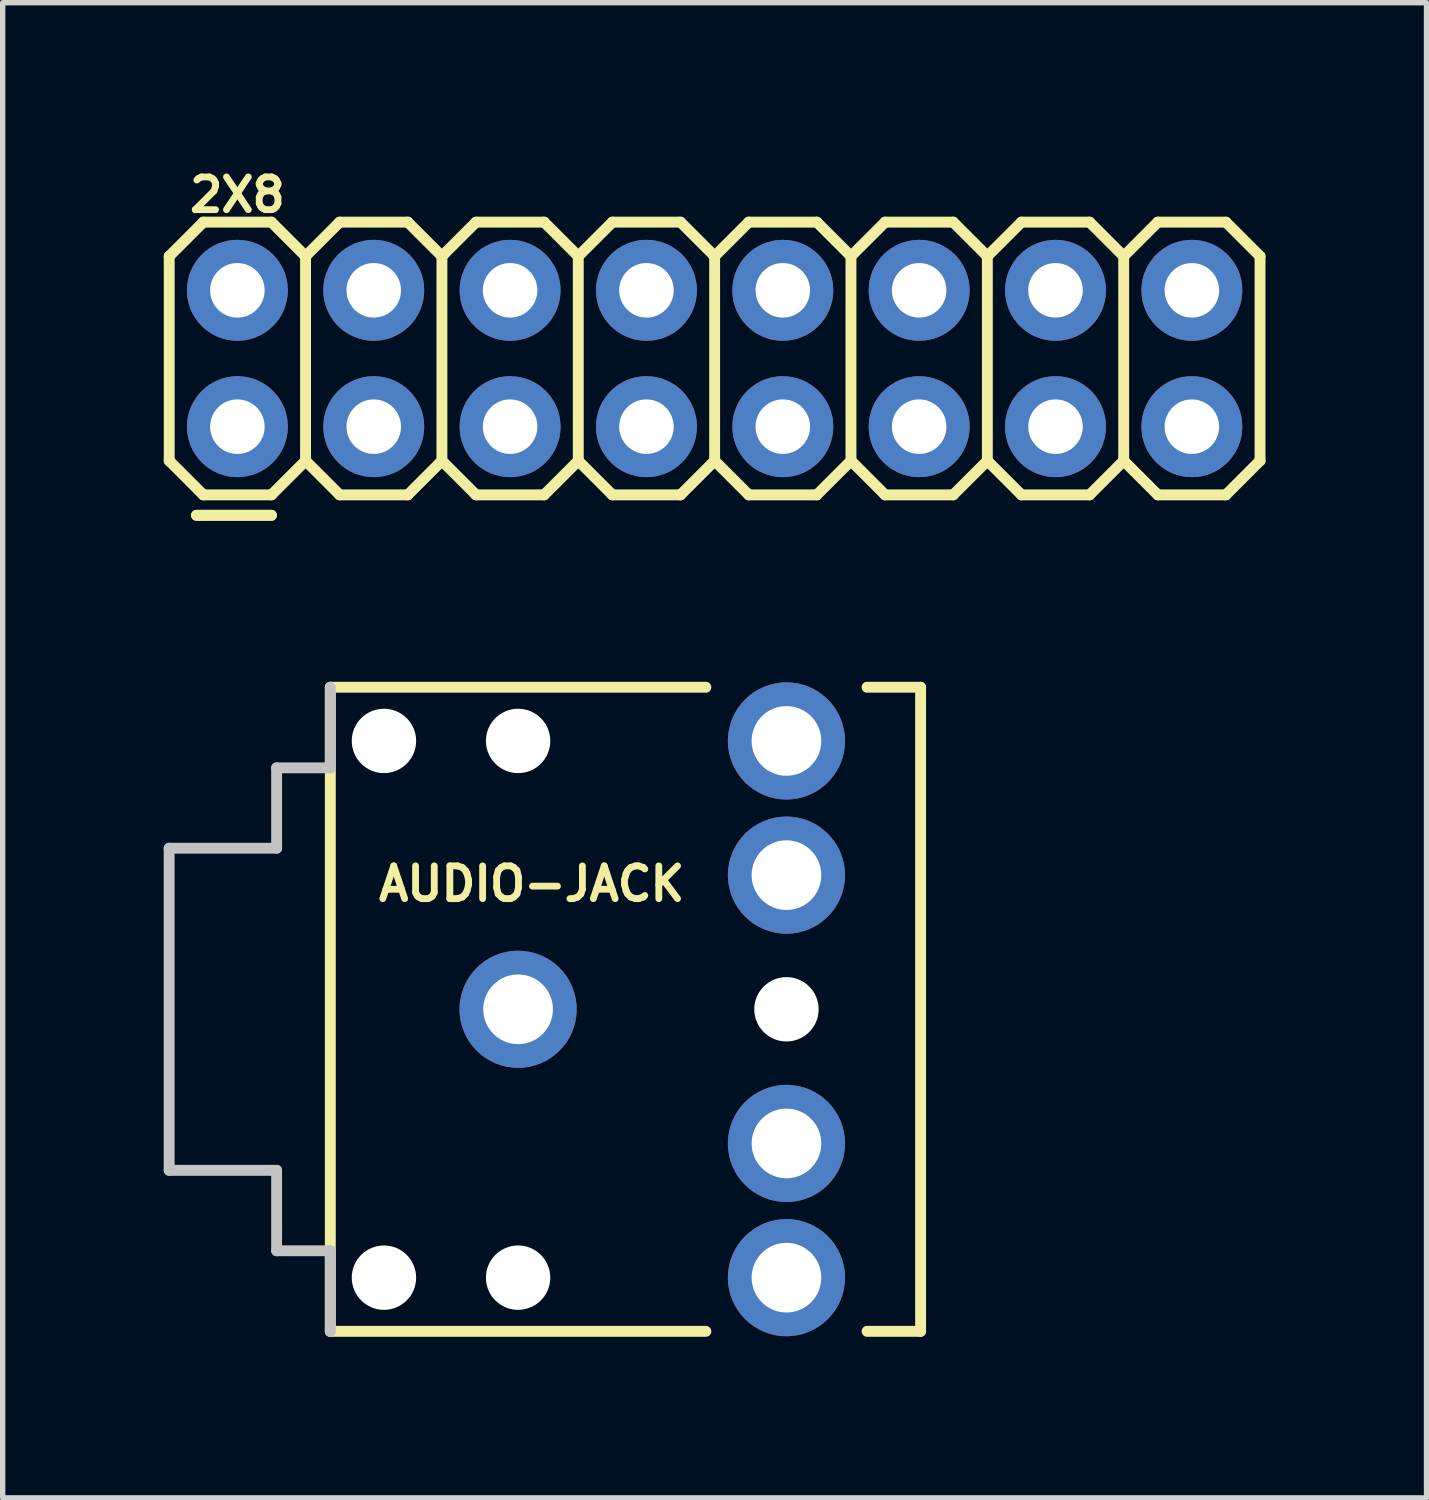
<source format=kicad_pcb>
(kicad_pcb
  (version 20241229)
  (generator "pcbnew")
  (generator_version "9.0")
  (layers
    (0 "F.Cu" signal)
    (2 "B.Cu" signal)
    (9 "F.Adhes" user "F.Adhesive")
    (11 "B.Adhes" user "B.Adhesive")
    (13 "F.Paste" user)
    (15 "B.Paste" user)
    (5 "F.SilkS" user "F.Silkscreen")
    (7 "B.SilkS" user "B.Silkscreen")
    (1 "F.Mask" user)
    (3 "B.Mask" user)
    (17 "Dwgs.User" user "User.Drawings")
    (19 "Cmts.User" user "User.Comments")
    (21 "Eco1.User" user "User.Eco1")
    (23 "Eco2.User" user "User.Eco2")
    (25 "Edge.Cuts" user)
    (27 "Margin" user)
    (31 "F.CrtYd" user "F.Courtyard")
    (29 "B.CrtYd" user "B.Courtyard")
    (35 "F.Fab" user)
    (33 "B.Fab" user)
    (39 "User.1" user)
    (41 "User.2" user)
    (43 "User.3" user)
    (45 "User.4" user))
  (footprint "2X8"
    (layer "F.Cu")
    (at 1.372 4.898)
    (property "Reference" "2X8" (at 0 -4.318 0) (layer "F.SilkS") (effects (font (size 0.61 0.61) (thickness 0.127))))
    (attr exclude_from_pos_files exclude_from_bom)
    (fp_line (start -1.27 -3.175) (end -0.635 -3.81) (stroke (width 0.203) (type solid)) (layer "F.SilkS"))
    (fp_line (start -1.27 0.635) (end -1.27 -3.175) (stroke (width 0.203) (type solid)) (layer "F.SilkS"))
    (fp_line (start -1.27 0.635) (end -0.635 1.27) (stroke (width 0.203) (type solid)) (layer "F.SilkS"))
    (fp_line (start -0.762 1.651) (end 0.635 1.651) (stroke (width 0.203) (type solid)) (layer "F.SilkS"))
    (fp_line (start -0.635 -3.81) (end 0.635 -3.81) (stroke (width 0.203) (type solid)) (layer "F.SilkS"))
    (fp_line (start -0.635 1.27) (end 0.635 1.27) (stroke (width 0.203) (type solid)) (layer "F.SilkS"))
    (fp_line (start 0.635 -3.81) (end 1.27 -3.175) (stroke (width 0.203) (type solid)) (layer "F.SilkS"))
    (fp_line (start 0.635 1.27) (end 1.27 0.635) (stroke (width 0.203) (type solid)) (layer "F.SilkS"))
    (fp_line (start 0.635 1.651) (end -0.762 1.651) (stroke (width 0.203) (type solid)) (layer "F.SilkS"))
    (fp_line (start 1.27 -3.175) (end 1.27 0.635) (stroke (width 0.203) (type solid)) (layer "F.SilkS"))
    (fp_line (start 1.27 -3.175) (end 1.905 -3.81) (stroke (width 0.203) (type solid)) (layer "F.SilkS"))
    (fp_line (start 1.27 0.635) (end 1.905 1.27) (stroke (width 0.203) (type solid)) (layer "F.SilkS"))
    (fp_line (start 1.905 -3.81) (end 3.175 -3.81) (stroke (width 0.203) (type solid)) (layer "F.SilkS"))
    (fp_line (start 1.905 1.27) (end 3.175 1.27) (stroke (width 0.203) (type solid)) (layer "F.SilkS"))
    (fp_line (start 3.175 -3.81) (end 3.81 -3.175) (stroke (width 0.203) (type solid)) (layer "F.SilkS"))
    (fp_line (start 3.175 1.27) (end 3.81 0.635) (stroke (width 0.203) (type solid)) (layer "F.SilkS"))
    (fp_line (start 3.81 -3.175) (end 3.81 0.635) (stroke (width 0.203) (type solid)) (layer "F.SilkS"))
    (fp_line (start 3.81 -3.175) (end 4.445 -3.81) (stroke (width 0.203) (type solid)) (layer "F.SilkS"))
    (fp_line (start 3.81 0.635) (end 4.445 1.27) (stroke (width 0.203) (type solid)) (layer "F.SilkS"))
    (fp_line (start 4.445 -3.81) (end 5.715 -3.81) (stroke (width 0.203) (type solid)) (layer "F.SilkS"))
    (fp_line (start 4.445 1.27) (end 5.715 1.27) (stroke (width 0.203) (type solid)) (layer "F.SilkS"))
    (fp_line (start 5.715 -3.81) (end 6.35 -3.175) (stroke (width 0.203) (type solid)) (layer "F.SilkS"))
    (fp_line (start 5.715 1.27) (end 6.35 0.635) (stroke (width 0.203) (type solid)) (layer "F.SilkS"))
    (fp_line (start 6.35 -3.175) (end 6.35 0.635) (stroke (width 0.203) (type solid)) (layer "F.SilkS"))
    (fp_line (start 6.35 -3.175) (end 6.985 -3.81) (stroke (width 0.203) (type solid)) (layer "F.SilkS"))
    (fp_line (start 6.35 0.635) (end 6.985 1.27) (stroke (width 0.203) (type solid)) (layer "F.SilkS"))
    (fp_line (start 6.985 -3.81) (end 8.255 -3.81) (stroke (width 0.203) (type solid)) (layer "F.SilkS"))
    (fp_line (start 6.985 1.27) (end 8.255 1.27) (stroke (width 0.203) (type solid)) (layer "F.SilkS"))
    (fp_line (start 8.255 -3.81) (end 8.89 -3.175) (stroke (width 0.203) (type solid)) (layer "F.SilkS"))
    (fp_line (start 8.255 1.27) (end 8.89 0.635) (stroke (width 0.203) (type solid)) (layer "F.SilkS"))
    (fp_line (start 8.89 -3.175) (end 8.89 0.635) (stroke (width 0.203) (type solid)) (layer "F.SilkS"))
    (fp_line (start 8.89 -3.175) (end 9.525 -3.81) (stroke (width 0.203) (type solid)) (layer "F.SilkS"))
    (fp_line (start 8.89 0.635) (end 9.525 1.27) (stroke (width 0.203) (type solid)) (layer "F.SilkS"))
    (fp_line (start 9.525 -3.81) (end 10.795 -3.81) (stroke (width 0.203) (type solid)) (layer "F.SilkS"))
    (fp_line (start 9.525 1.27) (end 10.795 1.27) (stroke (width 0.203) (type solid)) (layer "F.SilkS"))
    (fp_line (start 10.795 -3.81) (end 11.43 -3.175) (stroke (width 0.203) (type solid)) (layer "F.SilkS"))
    (fp_line (start 10.795 1.27) (end 11.43 0.635) (stroke (width 0.203) (type solid)) (layer "F.SilkS"))
    (fp_line (start 11.43 -3.175) (end 11.43 0.635) (stroke (width 0.203) (type solid)) (layer "F.SilkS"))
    (fp_line (start 11.43 -3.175) (end 12.065 -3.81) (stroke (width 0.203) (type solid)) (layer "F.SilkS"))
    (fp_line (start 11.43 0.635) (end 12.065 1.27) (stroke (width 0.203) (type solid)) (layer "F.SilkS"))
    (fp_line (start 12.065 -3.81) (end 13.335 -3.81) (stroke (width 0.203) (type solid)) (layer "F.SilkS"))
    (fp_line (start 12.065 1.27) (end 13.335 1.27) (stroke (width 0.203) (type solid)) (layer "F.SilkS"))
    (fp_line (start 13.335 -3.81) (end 13.97 -3.175) (stroke (width 0.203) (type solid)) (layer "F.SilkS"))
    (fp_line (start 13.335 1.27) (end 13.97 0.635) (stroke (width 0.203) (type solid)) (layer "F.SilkS"))
    (fp_line (start 13.97 -3.175) (end 13.97 0.635) (stroke (width 0.203) (type solid)) (layer "F.SilkS"))
    (fp_line (start 13.97 -3.175) (end 14.605 -3.81) (stroke (width 0.203) (type solid)) (layer "F.SilkS"))
    (fp_line (start 13.97 0.635) (end 14.605 1.27) (stroke (width 0.203) (type solid)) (layer "F.SilkS"))
    (fp_line (start 14.605 -3.81) (end 15.875 -3.81) (stroke (width 0.203) (type solid)) (layer "F.SilkS"))
    (fp_line (start 14.605 1.27) (end 15.875 1.27) (stroke (width 0.203) (type solid)) (layer "F.SilkS"))
    (fp_line (start 15.875 -3.81) (end 16.51 -3.175) (stroke (width 0.203) (type solid)) (layer "F.SilkS"))
    (fp_line (start 16.51 -3.175) (end 16.51 0.635) (stroke (width 0.203) (type solid)) (layer "F.SilkS"))
    (fp_line (start 16.51 -3.175) (end 17.145 -3.81) (stroke (width 0.203) (type solid)) (layer "F.SilkS"))
    (fp_line (start 16.51 0.635) (end 15.875 1.27) (stroke (width 0.203) (type solid)) (layer "F.SilkS"))
    (fp_line (start 16.51 0.635) (end 17.145 1.27) (stroke (width 0.203) (type solid)) (layer "F.SilkS"))
    (fp_line (start 17.145 -3.81) (end 18.415 -3.81) (stroke (width 0.203) (type solid)) (layer "F.SilkS"))
    (fp_line (start 17.145 1.27) (end 18.415 1.27) (stroke (width 0.203) (type solid)) (layer "F.SilkS"))
    (fp_line (start 18.415 -3.81) (end 19.05 -3.175) (stroke (width 0.203) (type solid)) (layer "F.SilkS"))
    (fp_line (start 19.05 -3.175) (end 19.05 0.635) (stroke (width 0.203) (type solid)) (layer "F.SilkS"))
    (fp_line (start 19.05 0.635) (end 18.415 1.27) (stroke (width 0.203) (type solid)) (layer "F.SilkS"))
    (pad "1" thru_hole circle (at 0 0) (size 1.88 1.88) (drill 1.016) (layers "*.Cu" "*.Paste" "*.Mask"))
    (pad "2" thru_hole circle (at 0 -2.54) (size 1.88 1.88) (drill 1.016) (layers "*.Cu" "*.Paste" "*.Mask"))
    (pad "3" thru_hole circle (at 2.54 0) (size 1.88 1.88) (drill 1.016) (layers "*.Cu" "*.Paste" "*.Mask"))
    (pad "4" thru_hole circle (at 2.54 -2.54) (size 1.88 1.88) (drill 1.016) (layers "*.Cu" "*.Paste" "*.Mask"))
    (pad "5" thru_hole circle (at 5.08 0) (size 1.88 1.88) (drill 1.016) (layers "*.Cu" "*.Paste" "*.Mask"))
    (pad "6" thru_hole circle (at 5.08 -2.54) (size 1.88 1.88) (drill 1.016) (layers "*.Cu" "*.Paste" "*.Mask"))
    (pad "7" thru_hole circle (at 7.62 0) (size 1.88 1.88) (drill 1.016) (layers "*.Cu" "*.Paste" "*.Mask"))
    (pad "8" thru_hole circle (at 7.62 -2.54) (size 1.88 1.88) (drill 1.016) (layers "*.Cu" "*.Paste" "*.Mask"))
    (pad "9" thru_hole circle (at 10.16 0) (size 1.88 1.88) (drill 1.016) (layers "*.Cu" "*.Paste" "*.Mask"))
    (pad "10" thru_hole circle (at 10.16 -2.54) (size 1.88 1.88) (drill 1.016) (layers "*.Cu" "*.Paste" "*.Mask"))
    (pad "11" thru_hole circle (at 12.7 0) (size 1.88 1.88) (drill 1.016) (layers "*.Cu" "*.Paste" "*.Mask"))
    (pad "12" thru_hole circle (at 12.7 -2.54) (size 1.88 1.88) (drill 1.016) (layers "*.Cu" "*.Paste" "*.Mask"))
    (pad "13" thru_hole circle (at 15.24 0) (size 1.88 1.88) (drill 1.016) (layers "*.Cu" "*.Paste" "*.Mask"))
    (pad "14" thru_hole circle (at 15.24 -2.54) (size 1.88 1.88) (drill 1.016) (layers "*.Cu" "*.Paste" "*.Mask"))
    (pad "15" thru_hole circle (at 17.78 0) (size 1.88 1.88) (drill 1.016) (layers "*.Cu" "*.Paste" "*.Mask"))
    (pad "16" thru_hole circle (at 17.78 -2.54) (size 1.88 1.88) (drill 1.016) (layers "*.Cu" "*.Paste" "*.Mask")))
  (footprint "AUDIO-JACK"
    (layer "F.Cu")
    (at 6.601 15.751)
    (property "Reference" "AUDIO-JACK" (at 0.254 -2.337 0) (layer "F.SilkS") (effects (font (size 0.61 0.61) (thickness 0.127))))
    (attr exclude_from_pos_files exclude_from_bom)
    (fp_line (start -3.498 -5.999) (end -3.498 5.999) (stroke (width 0.203) (type solid)) (layer "F.SilkS"))
    (fp_line (start -3.498 -5.999) (end 3.498 -5.999) (stroke (width 0.203) (type solid)) (layer "F.SilkS"))
    (fp_line (start -3.498 5.999) (end 3.498 5.999) (stroke (width 0.203) (type solid)) (layer "F.SilkS"))
    (fp_line (start 7.498 -5.999) (end 6.5 -5.999) (stroke (width 0.203) (type solid)) (layer "F.SilkS"))
    (fp_line (start 7.498 -5.999) (end 7.498 5.999) (stroke (width 0.203) (type solid)) (layer "F.SilkS"))
    (fp_line (start 7.498 5.999) (end 6.5 5.999) (stroke (width 0.203) (type solid)) (layer "F.SilkS"))
    (fp_line (start -6.5 -3) (end -6.5 3) (stroke (width 0.203) (type solid)) (layer "Dwgs.User"))
    (fp_line (start -6.5 -3) (end -4.498 -3) (stroke (width 0.203) (type solid)) (layer "Dwgs.User"))
    (fp_line (start -6.5 3) (end -4.498 3) (stroke (width 0.203) (type solid)) (layer "Dwgs.User"))
    (fp_line (start -4.498 -4.498) (end -4.498 -3) (stroke (width 0.203) (type solid)) (layer "Dwgs.User"))
    (fp_line (start -4.498 -4.498) (end -3.498 -4.498) (stroke (width 0.203) (type solid)) (layer "Dwgs.User"))
    (fp_line (start -4.498 3) (end -4.498 4.498) (stroke (width 0.203) (type solid)) (layer "Dwgs.User"))
    (fp_line (start -4.498 4.498) (end -3.498 4.498) (stroke (width 0.203) (type solid)) (layer "Dwgs.User"))
    (fp_line (start -3.498 -5.999) (end -3.498 -4.498) (stroke (width 0.203) (type solid)) (layer "Dwgs.User"))
    (fp_line (start -3.498 4.498) (end -3.498 5.999) (stroke (width 0.203) (type solid)) (layer "Dwgs.User"))
    (pad "" np_thru_hole circle (at -2.499 -4.999) (size 1.199 1.199) (drill 1.199) (layers "*.Cu" "*.Mask"))
    (pad "" np_thru_hole circle (at -2.499 4.999) (size 1.199 1.199) (drill 1.199) (layers "*.Cu" "*.Mask"))
    (pad "" np_thru_hole circle (at 0 -4.999) (size 1.199 1.199) (drill 1.199) (layers "*.Cu" "*.Mask"))
    (pad "" np_thru_hole circle (at 0 4.999) (size 1.199 1.199) (drill 1.199) (layers "*.Cu" "*.Mask"))
    (pad "" np_thru_hole circle (at 4.999 0) (size 1.199 1.199) (drill 1.199) (layers "*.Cu" "*.Mask"))
    (pad "RING" thru_hole circle (at 4.999 -4.999) (size 2.182 2.182) (drill 1.298) (layers "*.Cu" "*.Paste" "*.Mask"))
    (pad "RSH" thru_hole circle (at 4.999 -2.499) (size 2.182 2.182) (drill 1.298) (layers "*.Cu" "*.Paste" "*.Mask"))
    (pad "SLEE" thru_hole circle (at 0 0) (size 2.182 2.182) (drill 1.298) (layers "*.Cu" "*.Paste" "*.Mask"))
    (pad "TIP" thru_hole circle (at 4.999 4.999) (size 2.182 2.182) (drill 1.298) (layers "*.Cu" "*.Paste" "*.Mask"))
    (pad "TSH" thru_hole circle (at 4.999 2.499) (size 2.182 2.182) (drill 1.298) (layers "*.Cu" "*.Paste" "*.Mask")))
  (gr_rect
    (start -3 -3)
    (end 23.523 24.852)
    (stroke (width 0.1) (type default))
    (fill no)
    (layer "Edge.Cuts")))
</source>
